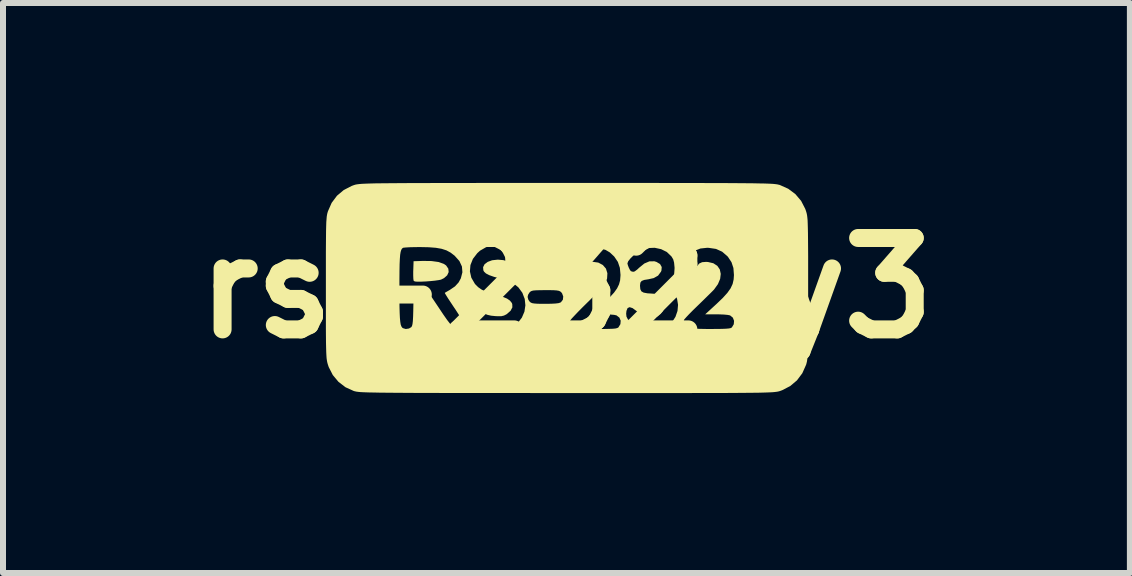
<source format=kicad_pcb>
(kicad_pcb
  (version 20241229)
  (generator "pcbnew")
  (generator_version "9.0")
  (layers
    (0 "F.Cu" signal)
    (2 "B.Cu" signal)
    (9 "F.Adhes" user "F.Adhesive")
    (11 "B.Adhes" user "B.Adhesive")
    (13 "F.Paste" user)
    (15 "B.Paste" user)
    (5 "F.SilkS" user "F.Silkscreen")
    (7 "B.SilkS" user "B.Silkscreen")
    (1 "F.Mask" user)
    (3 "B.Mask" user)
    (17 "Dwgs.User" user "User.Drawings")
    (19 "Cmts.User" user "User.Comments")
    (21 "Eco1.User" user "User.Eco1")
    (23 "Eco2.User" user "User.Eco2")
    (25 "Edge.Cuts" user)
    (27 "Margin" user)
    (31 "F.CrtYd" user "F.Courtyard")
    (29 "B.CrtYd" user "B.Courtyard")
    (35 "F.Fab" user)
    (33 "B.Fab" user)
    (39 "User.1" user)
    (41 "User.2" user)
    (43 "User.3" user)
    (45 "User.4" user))
  (footprint "rs-232_y3"
    (layer "F.Cu")
    (at 6.394 1.752)
    (property "Reference" "rs-232_y3" (at 0 0 0) (layer "F.SilkS") (effects (font (size 1.524 1.524) (thickness 0.3))))
    (attr board_only exclude_from_pos_files exclude_from_bom)
    (fp_poly (pts (xy -2.25 -0.45) (xy -2.134 -0.434) (xy -2.048 -0.404) (xy -2.007 -0.377) (xy -1.97 -0.323) (xy -1.964 -0.266) (xy -1.989 -0.212) (xy -2.042 -0.165) (xy -2.092 -0.14) (xy -2.131 -0.132) (xy -2.194 -0.123) (xy -2.274 -0.115) (xy -2.341 -0.11) (xy -2.429 -0.106) (xy -2.488 -0.106) (xy -2.524 -0.109) (xy -2.543 -0.117) (xy -2.549 -0.126) (xy -2.553 -0.155) (xy -2.555 -0.208) (xy -2.555 -0.277) (xy -2.554 -0.299) (xy -2.549 -0.447) (xy -2.393 -0.452)) (stroke (width 0) (type solid)) (fill yes) (layer "F.SilkS"))
    (fp_poly (pts (xy 0.417 -1.752) (xy 0.791 -1.752) (xy 1.133 -1.752) (xy 1.445 -1.752) (xy 1.728 -1.751) (xy 1.983 -1.751) (xy 2.212 -1.751) (xy 2.417 -1.75) (xy 2.598 -1.75) (xy 2.758 -1.749) (xy 2.897 -1.748) (xy 3.018 -1.747) (xy 3.122 -1.746) (xy 3.21 -1.744) (xy 3.284 -1.743) (xy 3.346 -1.741) (xy 3.396 -1.739) (xy 3.436 -1.737) (xy 3.469 -1.734) (xy 3.494 -1.731) (xy 3.515 -1.728) (xy 3.531 -1.724) (xy 3.546 -1.721) (xy 3.559 -1.717) (xy 3.697 -1.655) (xy 3.816 -1.566) (xy 3.912 -1.453) (xy 3.981 -1.319) (xy 3.994 -1.281) (xy 4.001 -1.258) (xy 4.007 -1.234) (xy 4.012 -1.206) (xy 4.016 -1.172) (xy 4.02 -1.129) (xy 4.022 -1.073) (xy 4.024 -1.004) (xy 4.026 -0.917) (xy 4.027 -0.81) (xy 4.028 -0.68) (xy 4.029 -0.525) (xy 4.029 -0.342) (xy 4.029 -0.128) (xy 4.029 0) (xy 4.029 0.232) (xy 4.029 0.431) (xy 4.028 0.601) (xy 4.028 0.744) (xy 4.027 0.862) (xy 4.025 0.96) (xy 4.024 1.038) (xy 4.021 1.101) (xy 4.018 1.15) (xy 4.014 1.189) (xy 4.01 1.22) (xy 4.004 1.245) (xy 3.998 1.269) (xy 3.994 1.281) (xy 3.932 1.42) (xy 3.843 1.539) (xy 3.73 1.634) (xy 3.597 1.703) (xy 3.559 1.717) (xy 3.545 1.721) (xy 3.53 1.725) (xy 3.514 1.728) (xy 3.493 1.731) (xy 3.467 1.734) (xy 3.434 1.737) (xy 3.393 1.739) (xy 3.343 1.741) (xy 3.281 1.743) (xy 3.206 1.745) (xy 3.117 1.746) (xy 3.012 1.747) (xy 2.891 1.748) (xy 2.75 1.749) (xy 2.589 1.75) (xy 2.407 1.75) (xy 2.201 1.75) (xy 1.971 1.751) (xy 1.715 1.751) (xy 1.431 1.751) (xy 1.117 1.751) (xy 0.774 1.751) (xy 0.398 1.751) (xy 0.003 1.751) (xy -0.406 1.751) (xy -0.781 1.75) (xy -1.124 1.75) (xy -1.436 1.75) (xy -1.719 1.75) (xy -1.975 1.75) (xy -2.204 1.749) (xy -2.409 1.749) (xy -2.591 1.748) (xy -2.751 1.747) (xy -2.891 1.746) (xy -3.012 1.745) (xy -3.116 1.744) (xy -3.205 1.742) (xy -3.279 1.741) (xy -3.34 1.739) (xy -3.39 1.737) (xy -3.431 1.735) (xy -3.463 1.732) (xy -3.488 1.729) (xy -3.508 1.726) (xy -3.524 1.722) (xy -3.538 1.719) (xy -3.547 1.716) (xy -3.684 1.654) (xy -3.801 1.564) (xy -3.896 1.45) (xy -3.964 1.317) (xy -3.976 1.281) (xy -3.983 1.258) (xy -3.989 1.234) (xy -3.994 1.206) (xy -3.999 1.172) (xy -4.002 1.129) (xy -4.005 1.073) (xy -4.007 1.004) (xy -4.009 0.917) (xy -4.01 0.81) (xy -4.011 0.68) (xy -4.011 0.525) (xy -4.011 0.342) (xy -4.011 0.128) (xy -4.011 0) (xy -2.785 0) (xy -2.785 0.169) (xy -2.784 0.306) (xy -2.781 0.415) (xy -2.777 0.499) (xy -2.771 0.562) (xy -2.764 0.607) (xy -2.753 0.638) (xy -2.74 0.658) (xy -2.727 0.669) (xy -2.679 0.683) (xy -2.626 0.675) (xy -2.587 0.652) (xy -2.575 0.632) (xy -2.567 0.6) (xy -2.561 0.55) (xy -2.557 0.477) (xy -2.554 0.374) (xy -2.554 0.367) (xy -2.549 0.114) (xy -2.414 0.109) (xy -2.279 0.104) (xy -2.135 0.319) (xy -2.055 0.439) (xy -1.99 0.532) (xy -1.937 0.6) (xy -1.894 0.647) (xy -1.858 0.674) (xy -1.825 0.685) (xy -1.793 0.683) (xy -1.759 0.669) (xy -1.751 0.665) (xy -1.727 0.646) (xy -1.718 0.617) (xy -1.726 0.577) (xy -1.751 0.521) (xy -1.758 0.508) (xy -1.625 0.508) (xy -1.606 0.563) (xy -1.557 0.607) (xy -1.516 0.63) (xy -1.39 0.682) (xy -1.269 0.708) (xy -1.137 0.712) (xy -1.137 0.712) (xy -1.056 0.706) (xy -0.995 0.693) (xy -0.938 0.67) (xy -0.909 0.654) (xy -0.813 0.583) (xy -0.744 0.494) (xy -0.701 0.394) (xy -0.685 0.288) (xy -0.696 0.182) (xy -0.709 0.149) (xy -0.648 0.149) (xy -0.636 0.194) (xy -0.613 0.228) (xy -0.595 0.242) (xy -0.572 0.252) (xy -0.536 0.258) (xy -0.481 0.262) (xy -0.401 0.263) (xy -0.354 0.263) (xy -0.254 0.262) (xy -0.182 0.258) (xy -0.133 0.252) (xy -0.102 0.242) (xy -0.091 0.235) (xy -0.06 0.195) (xy -0.054 0.141) (xy -0.073 0.089) (xy -0.088 0.07) (xy -0.105 0.056) (xy -0.129 0.046) (xy -0.164 0.04) (xy -0.218 0.036) (xy -0.298 0.035) (xy -0.35 0.035) (xy -0.445 0.036) (xy -0.511 0.038) (xy -0.556 0.042) (xy -0.584 0.05) (xy -0.604 0.062) (xy -0.613 0.07) (xy -0.64 0.112) (xy -0.648 0.149) (xy -0.709 0.149) (xy -0.735 0.08) (xy -0.801 -0.01) (xy -0.873 -0.07) (xy -0.923 -0.097) (xy -0.995 -0.125) (xy -1.075 -0.15) (xy -1.098 -0.157) (xy -1.209 -0.187) (xy -1.288 -0.215) (xy -1.342 -0.243) (xy -1.374 -0.273) (xy -1.385 -0.293) (xy -1.387 -0.306) (xy 0.053 -0.306) (xy 0.064 -0.255) (xy 0.092 -0.214) (xy 0.13 -0.187) (xy 0.169 -0.18) (xy 0.202 -0.196) (xy 0.211 -0.21) (xy 0.225 -0.242) (xy 0.246 -0.291) (xy 0.255 -0.312) (xy 0.293 -0.381) (xy 0.341 -0.421) (xy 0.406 -0.437) (xy 0.435 -0.438) (xy 0.531 -0.424) (xy 0.606 -0.384) (xy 0.658 -0.324) (xy 0.682 -0.247) (xy 0.677 -0.159) (xy 0.653 -0.09) (xy 0.632 -0.059) (xy 0.589 -0.008) (xy 0.529 0.058) (xy 0.456 0.134) (xy 0.374 0.217) (xy 0.347 0.243) (xy 0.266 0.323) (xy 0.193 0.397) (xy 0.133 0.46) (xy 0.088 0.508) (xy 0.064 0.538) (xy 0.061 0.544) (xy 0.062 0.587) (xy 0.081 0.635) (xy 0.112 0.67) (xy 0.112 0.67) (xy 0.135 0.674) (xy 0.187 0.677) (xy 0.263 0.68) (xy 0.357 0.682) (xy 0.464 0.683) (xy 0.485 0.683) (xy 0.608 0.683) (xy 0.701 0.681) (xy 0.768 0.679) (xy 0.814 0.675) (xy 0.843 0.668) (xy 0.861 0.66) (xy 0.866 0.656) (xy 0.899 0.602) (xy 0.904 0.544) (xy 0.882 0.493) (xy 0.834 0.456) (xy 0.83 0.455) (xy 0.794 0.447) (xy 0.733 0.442) (xy 0.657 0.438) (xy 0.608 0.438) (xy 0.429 0.438) (xy 0.44 0.428) (xy 0.995 0.428) (xy 1 0.476) (xy 1.022 0.519) (xy 1.053 0.554) (xy 1.134 0.622) (xy 1.233 0.678) (xy 1.296 0.702) (xy 1.367 0.714) (xy 1.453 0.714) (xy 1.536 0.705) (xy 1.581 0.693) (xy 1.681 0.642) (xy 1.76 0.569) (xy 1.817 0.48) (xy 1.851 0.382) (xy 1.86 0.28) (xy 1.844 0.18) (xy 1.801 0.087) (xy 1.733 0.01) (xy 1.677 -0.037) (xy 1.712 -0.075) (xy 1.767 -0.149) (xy 1.795 -0.23) (xy 1.802 -0.327) (xy 1.802 -0.342) (xy 1.944 -0.342) (xy 1.948 -0.271) (xy 1.98 -0.219) (xy 2.02 -0.184) (xy 2.054 -0.177) (xy 2.086 -0.2) (xy 2.119 -0.254) (xy 2.135 -0.287) (xy 2.174 -0.362) (xy 2.214 -0.409) (xy 2.262 -0.431) (xy 2.328 -0.436) (xy 2.36 -0.434) (xy 2.449 -0.413) (xy 2.515 -0.37) (xy 2.556 -0.31) (xy 2.572 -0.236) (xy 2.562 -0.153) (xy 2.525 -0.065) (xy 2.461 0.024) (xy 2.439 0.047) (xy 2.403 0.083) (xy 2.348 0.137) (xy 2.281 0.203) (xy 2.207 0.275) (xy 2.175 0.306) (xy 2.105 0.374) (xy 2.044 0.436) (xy 1.997 0.486) (xy 1.967 0.52) (xy 1.96 0.529) (xy 1.951 0.576) (xy 1.963 0.626) (xy 1.991 0.663) (xy 1.995 0.665) (xy 2.02 0.67) (xy 2.075 0.675) (xy 2.154 0.679) (xy 2.25 0.681) (xy 2.357 0.683) (xy 2.377 0.683) (xy 2.501 0.682) (xy 2.594 0.681) (xy 2.662 0.678) (xy 2.708 0.674) (xy 2.737 0.668) (xy 2.754 0.659) (xy 2.757 0.657) (xy 2.789 0.604) (xy 2.794 0.547) (xy 2.774 0.494) (xy 2.73 0.458) (xy 2.723 0.455) (xy 2.687 0.448) (xy 2.625 0.442) (xy 2.548 0.439) (xy 2.496 0.438) (xy 2.313 0.438) (xy 2.504 0.263) (xy 2.606 0.165) (xy 2.682 0.081) (xy 2.736 0.005) (xy 2.77 -0.068) (xy 2.787 -0.143) (xy 2.792 -0.217) (xy 2.783 -0.334) (xy 2.751 -0.431) (xy 2.694 -0.517) (xy 2.682 -0.531) (xy 2.595 -0.606) (xy 2.493 -0.652) (xy 2.372 -0.67) (xy 2.345 -0.671) (xy 2.233 -0.659) (xy 2.139 -0.622) (xy 2.06 -0.556) (xy 1.992 -0.46) (xy 1.972 -0.423) (xy 1.944 -0.342) (xy 1.802 -0.342) (xy 1.801 -0.351) (xy 1.794 -0.424) (xy 1.78 -0.477) (xy 1.754 -0.521) (xy 1.747 -0.53) (xy 1.673 -0.601) (xy 1.578 -0.648) (xy 1.472 -0.671) (xy 1.361 -0.667) (xy 1.254 -0.636) (xy 1.234 -0.626) (xy 1.175 -0.589) (xy 1.116 -0.542) (xy 1.065 -0.492) (xy 1.029 -0.446) (xy 1.016 -0.411) (xy 1.023 -0.382) (xy 1.038 -0.342) (xy 1.057 -0.304) (xy 1.073 -0.282) (xy 1.076 -0.28) (xy 1.097 -0.275) (xy 1.109 -0.27) (xy 1.137 -0.277) (xy 1.179 -0.308) (xy 1.212 -0.339) (xy 1.298 -0.409) (xy 1.383 -0.445) (xy 1.466 -0.446) (xy 1.501 -0.435) (xy 1.56 -0.4) (xy 1.588 -0.35) (xy 1.583 -0.291) (xy 1.575 -0.272) (xy 1.527 -0.207) (xy 1.455 -0.166) (xy 1.366 -0.146) (xy 1.296 -0.135) (xy 1.253 -0.118) (xy 1.232 -0.09) (xy 1.226 -0.044) (xy 1.226 -0.036) (xy 1.231 0.019) (xy 1.249 0.055) (xy 1.286 0.076) (xy 1.349 0.088) (xy 1.399 0.091) (xy 1.467 0.096) (xy 1.511 0.104) (xy 1.542 0.119) (xy 1.57 0.145) (xy 1.579 0.154) (xy 1.614 0.203) (xy 1.628 0.256) (xy 1.629 0.291) (xy 1.625 0.347) (xy 1.606 0.389) (xy 1.57 0.431) (xy 1.521 0.471) (xy 1.475 0.488) (xy 1.445 0.49) (xy 1.327 0.474) (xy 1.22 0.424) (xy 1.166 0.382) (xy 1.102 0.335) (xy 1.053 0.319) (xy 1.019 0.334) (xy 1 0.381) (xy 0.995 0.428) (xy 0.44 0.428) (xy 0.626 0.25) (xy 0.722 0.154) (xy 0.794 0.075) (xy 0.844 0.005) (xy 0.876 -0.061) (xy 0.894 -0.127) (xy 0.9 -0.201) (xy 0.901 -0.219) (xy 0.89 -0.337) (xy 0.857 -0.435) (xy 0.799 -0.521) (xy 0.792 -0.529) (xy 0.724 -0.593) (xy 0.653 -0.635) (xy 0.564 -0.661) (xy 0.542 -0.666) (xy 0.425 -0.672) (xy 0.312 -0.647) (xy 0.213 -0.596) (xy 0.159 -0.543) (xy 0.109 -0.471) (xy 0.072 -0.393) (xy 0.053 -0.322) (xy 0.053 -0.306) (xy -1.387 -0.306) (xy -1.39 -0.348) (xy -1.365 -0.397) (xy -1.313 -0.436) (xy -1.24 -0.463) (xy -1.148 -0.473) (xy -1.142 -0.473) (xy -1.05 -0.465) (xy -0.967 -0.438) (xy -0.88 -0.387) (xy -0.871 -0.381) (xy -0.835 -0.369) (xy -0.81 -0.378) (xy -0.788 -0.408) (xy -0.769 -0.458) (xy -0.757 -0.516) (xy -0.755 -0.566) (xy -0.759 -0.586) (xy -0.786 -0.615) (xy -0.838 -0.646) (xy -0.908 -0.675) (xy -0.987 -0.698) (xy -1.066 -0.712) (xy -1.086 -0.714) (xy -1.222 -0.711) (xy -1.34 -0.681) (xy -1.441 -0.623) (xy -1.487 -0.581) (xy -1.56 -0.486) (xy -1.601 -0.383) (xy -1.61 -0.277) (xy -1.586 -0.172) (xy -1.528 -0.072) (xy -1.52 -0.062) (xy -1.472 -0.014) (xy -1.413 0.027) (xy -1.336 0.062) (xy -1.234 0.096) (xy -1.169 0.114) (xy -1.065 0.145) (xy -0.991 0.176) (xy -0.942 0.21) (xy -0.911 0.249) (xy -0.904 0.268) (xy -0.902 0.322) (xy -0.932 0.379) (xy -0.992 0.432) (xy -1.004 0.44) (xy -1.042 0.459) (xy -1.084 0.469) (xy -1.144 0.47) (xy -1.185 0.468) (xy -1.256 0.461) (xy -1.317 0.447) (xy -1.38 0.421) (xy -1.454 0.38) (xy -1.502 0.349) (xy -1.547 0.335) (xy -1.584 0.355) (xy -1.611 0.406) (xy -1.619 0.436) (xy -1.625 0.508) (xy -1.758 0.508) (xy -1.794 0.446) (xy -1.858 0.347) (xy -1.876 0.321) (xy -1.929 0.241) (xy -1.974 0.173) (xy -2.007 0.12) (xy -2.026 0.088) (xy -2.029 0.081) (xy -2.012 0.07) (xy -1.974 0.048) (xy -1.944 0.031) (xy -1.858 -0.028) (xy -1.798 -0.094) (xy -1.761 -0.162) (xy -1.735 -0.263) (xy -1.743 -0.359) (xy -1.785 -0.45) (xy -1.862 -0.536) (xy -1.866 -0.54) (xy -1.931 -0.59) (xy -2.001 -0.628) (xy -2.081 -0.654) (xy -2.178 -0.671) (xy -2.297 -0.68) (xy -2.441 -0.683) (xy -2.535 -0.682) (xy -2.617 -0.68) (xy -2.681 -0.676) (xy -2.72 -0.672) (xy -2.727 -0.669) (xy -2.743 -0.656) (xy -2.755 -0.634) (xy -2.765 -0.601) (xy -2.773 -0.553) (xy -2.778 -0.486) (xy -2.782 -0.398) (xy -2.784 -0.285) (xy -2.785 -0.143) (xy -2.785 0) (xy -4.011 0) (xy -4.011 -0.232) (xy -4.011 -0.431) (xy -4.011 -0.601) (xy -4.01 -0.744) (xy -4.009 -0.862) (xy -4.008 -0.96) (xy -4.006 -1.038) (xy -4.004 -1.101) (xy -4 -1.15) (xy -3.997 -1.189) (xy -3.992 -1.22) (xy -3.987 -1.245) (xy -3.98 -1.269) (xy -3.976 -1.281) (xy -3.915 -1.42) (xy -3.826 -1.539) (xy -3.713 -1.634) (xy -3.579 -1.703) (xy -3.541 -1.717) (xy -3.527 -1.721) (xy -3.513 -1.725) (xy -3.496 -1.728) (xy -3.475 -1.731) (xy -3.449 -1.734) (xy -3.416 -1.737) (xy -3.375 -1.739) (xy -3.325 -1.741) (xy -3.262 -1.743) (xy -3.187 -1.745) (xy -3.098 -1.746) (xy -2.993 -1.747) (xy -2.871 -1.748) (xy -2.73 -1.749) (xy -2.569 -1.75) (xy -2.386 -1.75) (xy -2.18 -1.751) (xy -1.95 -1.751) (xy -1.693 -1.751) (xy -1.408 -1.752) (xy -1.094 -1.752) (xy -0.75 -1.752) (xy -0.373 -1.752) (xy 0.009 -1.752)) (stroke (width 0) (type solid)) (fill yes) (layer "F.SilkS")))
  (gr_rect
    (start -3 -3)
    (end 15.787 6.503)
    (stroke (width 0.1) (type default))
    (fill no)
    (layer "Edge.Cuts")))
</source>
